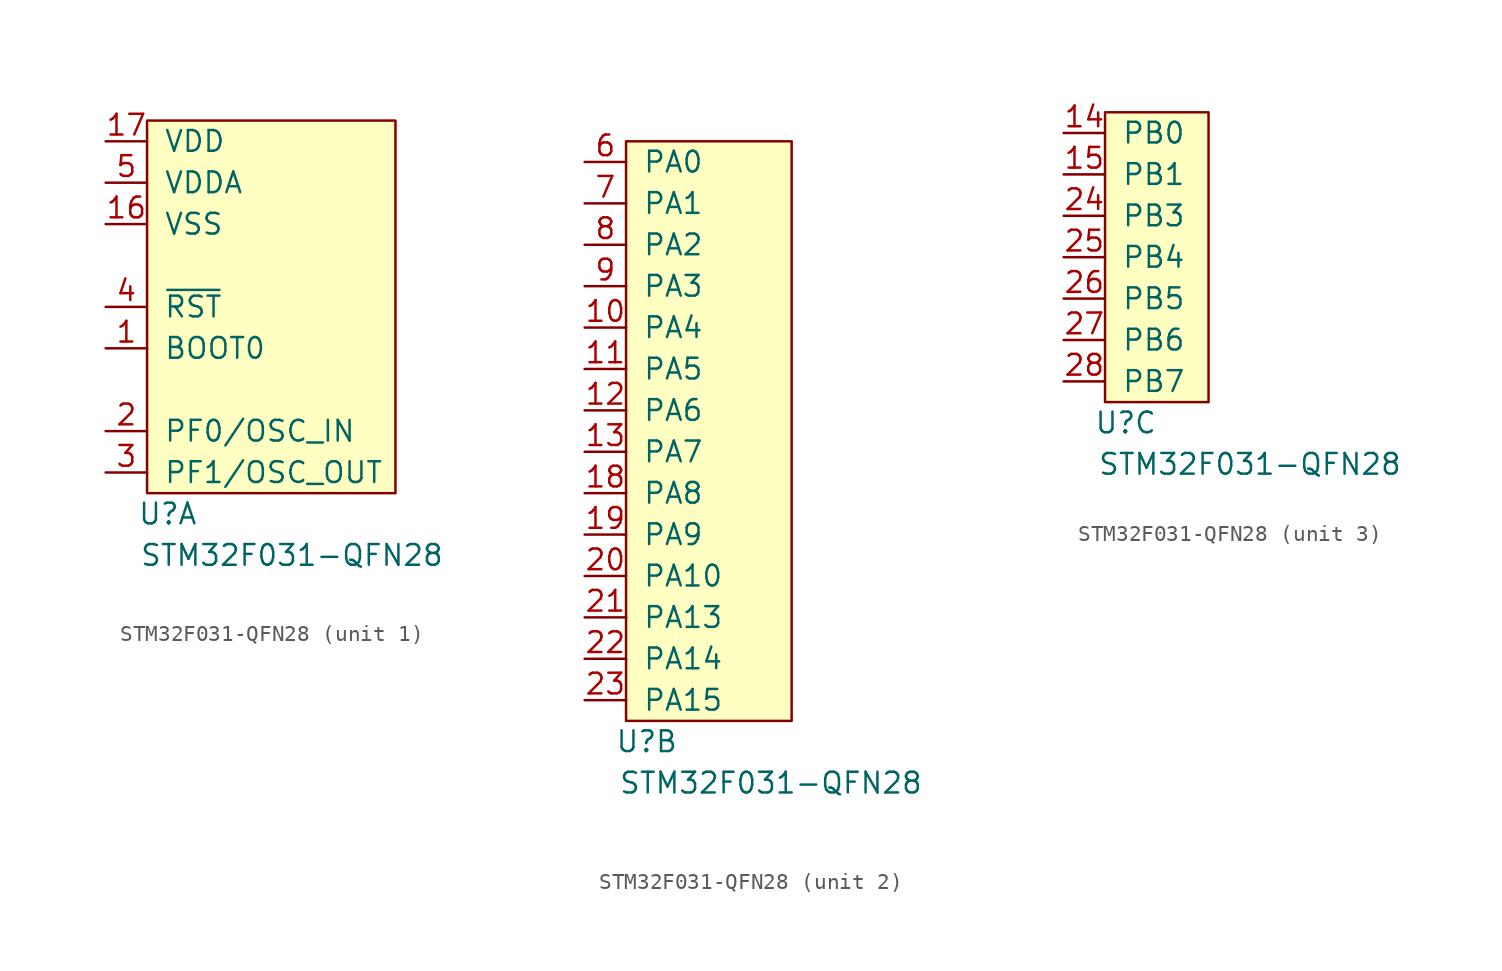
<source format=kicad_sym>
(kicad_symbol_lib
  (version 20211014)
  (generator kicad_symbol_editor)
  (symbol "STM32F031-QFN28"
    (pin_names
      (offset 1.016))
    (property "Reference" "U"
      (at 1.27 -1.27 0)
      (effects (font (size 1.27 1.27))))
    (property "Value" "STM32F031-QFN28"
      (at 8.89 -3.81 0)
      (effects (font (size 1.27 1.27))))
    (property "ki_locked" ""
      (at 0 0 0)
      (effects (font (size 1.27 1.27))))
    (symbol "STM32F031-QFN28_1_1"
      (rectangle (start 0 22.86) (end 15.24 0) (stroke (width 0) (type default) (color 0 0 0 0)) (fill (type background)))
      (pin input line (at -2.54 8.89 0) (length 2.54) (name "BOOT0" (effects (font (size 1.27 1.27)))) (number "1" (effects (font (size 1.27 1.27)))))
      (pin power_in line (at -2.54 16.51 0) (length 2.54) (name "VSS" (effects (font (size 1.27 1.27)))) (number "16" (effects (font (size 1.27 1.27)))))
      (pin power_in line (at -2.54 21.59 0) (length 2.54) (name "VDD" (effects (font (size 1.27 1.27)))) (number "17" (effects (font (size 1.27 1.27)))))
      (pin bidirectional line (at -2.54 3.81 0) (length 2.54) (name "PF0/OSC_IN" (effects (font (size 1.27 1.27)))) (number "2" (effects (font (size 1.27 1.27)))))
      (pin bidirectional line (at -2.54 1.27 0) (length 2.54) (name "PF1/OSC_OUT" (effects (font (size 1.27 1.27)))) (number "3" (effects (font (size 1.27 1.27)))))
      (pin input line (at -2.54 11.43 0) (length 2.54) (name "~{RST}" (effects (font (size 1.27 1.27)))) (number "4" (effects (font (size 1.27 1.27)))))
      (pin power_in line (at -2.54 19.05 0) (length 2.54) (name "VDDA" (effects (font (size 1.27 1.27)))) (number "5" (effects (font (size 1.27 1.27))))))
    (symbol "STM32F031-QFN28_2_1"
      (rectangle (start 0 35.56) (end 10.16 0) (stroke (width 0) (type default) (color 0 0 0 0)) (fill (type background)))
      (pin bidirectional line (at -2.54 24.13 0) (length 2.54) (name "PA4" (effects (font (size 1.27 1.27)))) (number "10" (effects (font (size 1.27 1.27)))))
      (pin bidirectional line (at -2.54 21.59 0) (length 2.54) (name "PA5" (effects (font (size 1.27 1.27)))) (number "11" (effects (font (size 1.27 1.27)))))
      (pin bidirectional line (at -2.54 19.05 0) (length 2.54) (name "PA6" (effects (font (size 1.27 1.27)))) (number "12" (effects (font (size 1.27 1.27)))))
      (pin bidirectional line (at -2.54 16.51 0) (length 2.54) (name "PA7" (effects (font (size 1.27 1.27)))) (number "13" (effects (font (size 1.27 1.27)))))
      (pin bidirectional line (at -2.54 13.97 0) (length 2.54) (name "PA8" (effects (font (size 1.27 1.27)))) (number "18" (effects (font (size 1.27 1.27)))))
      (pin bidirectional line (at -2.54 11.43 0) (length 2.54) (name "PA9" (effects (font (size 1.27 1.27)))) (number "19" (effects (font (size 1.27 1.27)))))
      (pin bidirectional line (at -2.54 8.89 0) (length 2.54) (name "PA10" (effects (font (size 1.27 1.27)))) (number "20" (effects (font (size 1.27 1.27)))))
      (pin bidirectional line (at -2.54 6.35 0) (length 2.54) (name "PA13" (effects (font (size 1.27 1.27)))) (number "21" (effects (font (size 1.27 1.27)))))
      (pin bidirectional line (at -2.54 3.81 0) (length 2.54) (name "PA14" (effects (font (size 1.27 1.27)))) (number "22" (effects (font (size 1.27 1.27)))))
      (pin bidirectional line (at -2.54 1.27 0) (length 2.54) (name "PA15" (effects (font (size 1.27 1.27)))) (number "23" (effects (font (size 1.27 1.27)))))
      (pin bidirectional line (at -2.54 34.29 0) (length 2.54) (name "PA0" (effects (font (size 1.27 1.27)))) (number "6" (effects (font (size 1.27 1.27)))))
      (pin bidirectional line (at -2.54 31.75 0) (length 2.54) (name "PA1" (effects (font (size 1.27 1.27)))) (number "7" (effects (font (size 1.27 1.27)))))
      (pin bidirectional line (at -2.54 29.21 0) (length 2.54) (name "PA2" (effects (font (size 1.27 1.27)))) (number "8" (effects (font (size 1.27 1.27)))))
      (pin bidirectional line (at -2.54 26.67 0) (length 2.54) (name "PA3" (effects (font (size 1.27 1.27)))) (number "9" (effects (font (size 1.27 1.27))))))
    (symbol "STM32F031-QFN28_3_1"
      (rectangle (start 0 17.78) (end 6.35 0) (stroke (width 0) (type default) (color 0 0 0 0)) (fill (type background)))
      (pin bidirectional line (at -2.54 16.51 0) (length 2.54) (name "PB0" (effects (font (size 1.27 1.27)))) (number "14" (effects (font (size 1.27 1.27)))))
      (pin bidirectional line (at -2.54 13.97 0) (length 2.54) (name "PB1" (effects (font (size 1.27 1.27)))) (number "15" (effects (font (size 1.27 1.27)))))
      (pin bidirectional line (at -2.54 11.43 0) (length 2.54) (name "PB3" (effects (font (size 1.27 1.27)))) (number "24" (effects (font (size 1.27 1.27)))))
      (pin bidirectional line (at -2.54 8.89 0) (length 2.54) (name "PB4" (effects (font (size 1.27 1.27)))) (number "25" (effects (font (size 1.27 1.27)))))
      (pin bidirectional line (at -2.54 6.35 0) (length 2.54) (name "PB5" (effects (font (size 1.27 1.27)))) (number "26" (effects (font (size 1.27 1.27)))))
      (pin bidirectional line (at -2.54 3.81 0) (length 2.54) (name "PB6" (effects (font (size 1.27 1.27)))) (number "27" (effects (font (size 1.27 1.27)))))
      (pin bidirectional line (at -2.54 1.27 0) (length 2.54) (name "PB7" (effects (font (size 1.27 1.27)))) (number "28" (effects (font (size 1.27 1.27))))))))
</source>
